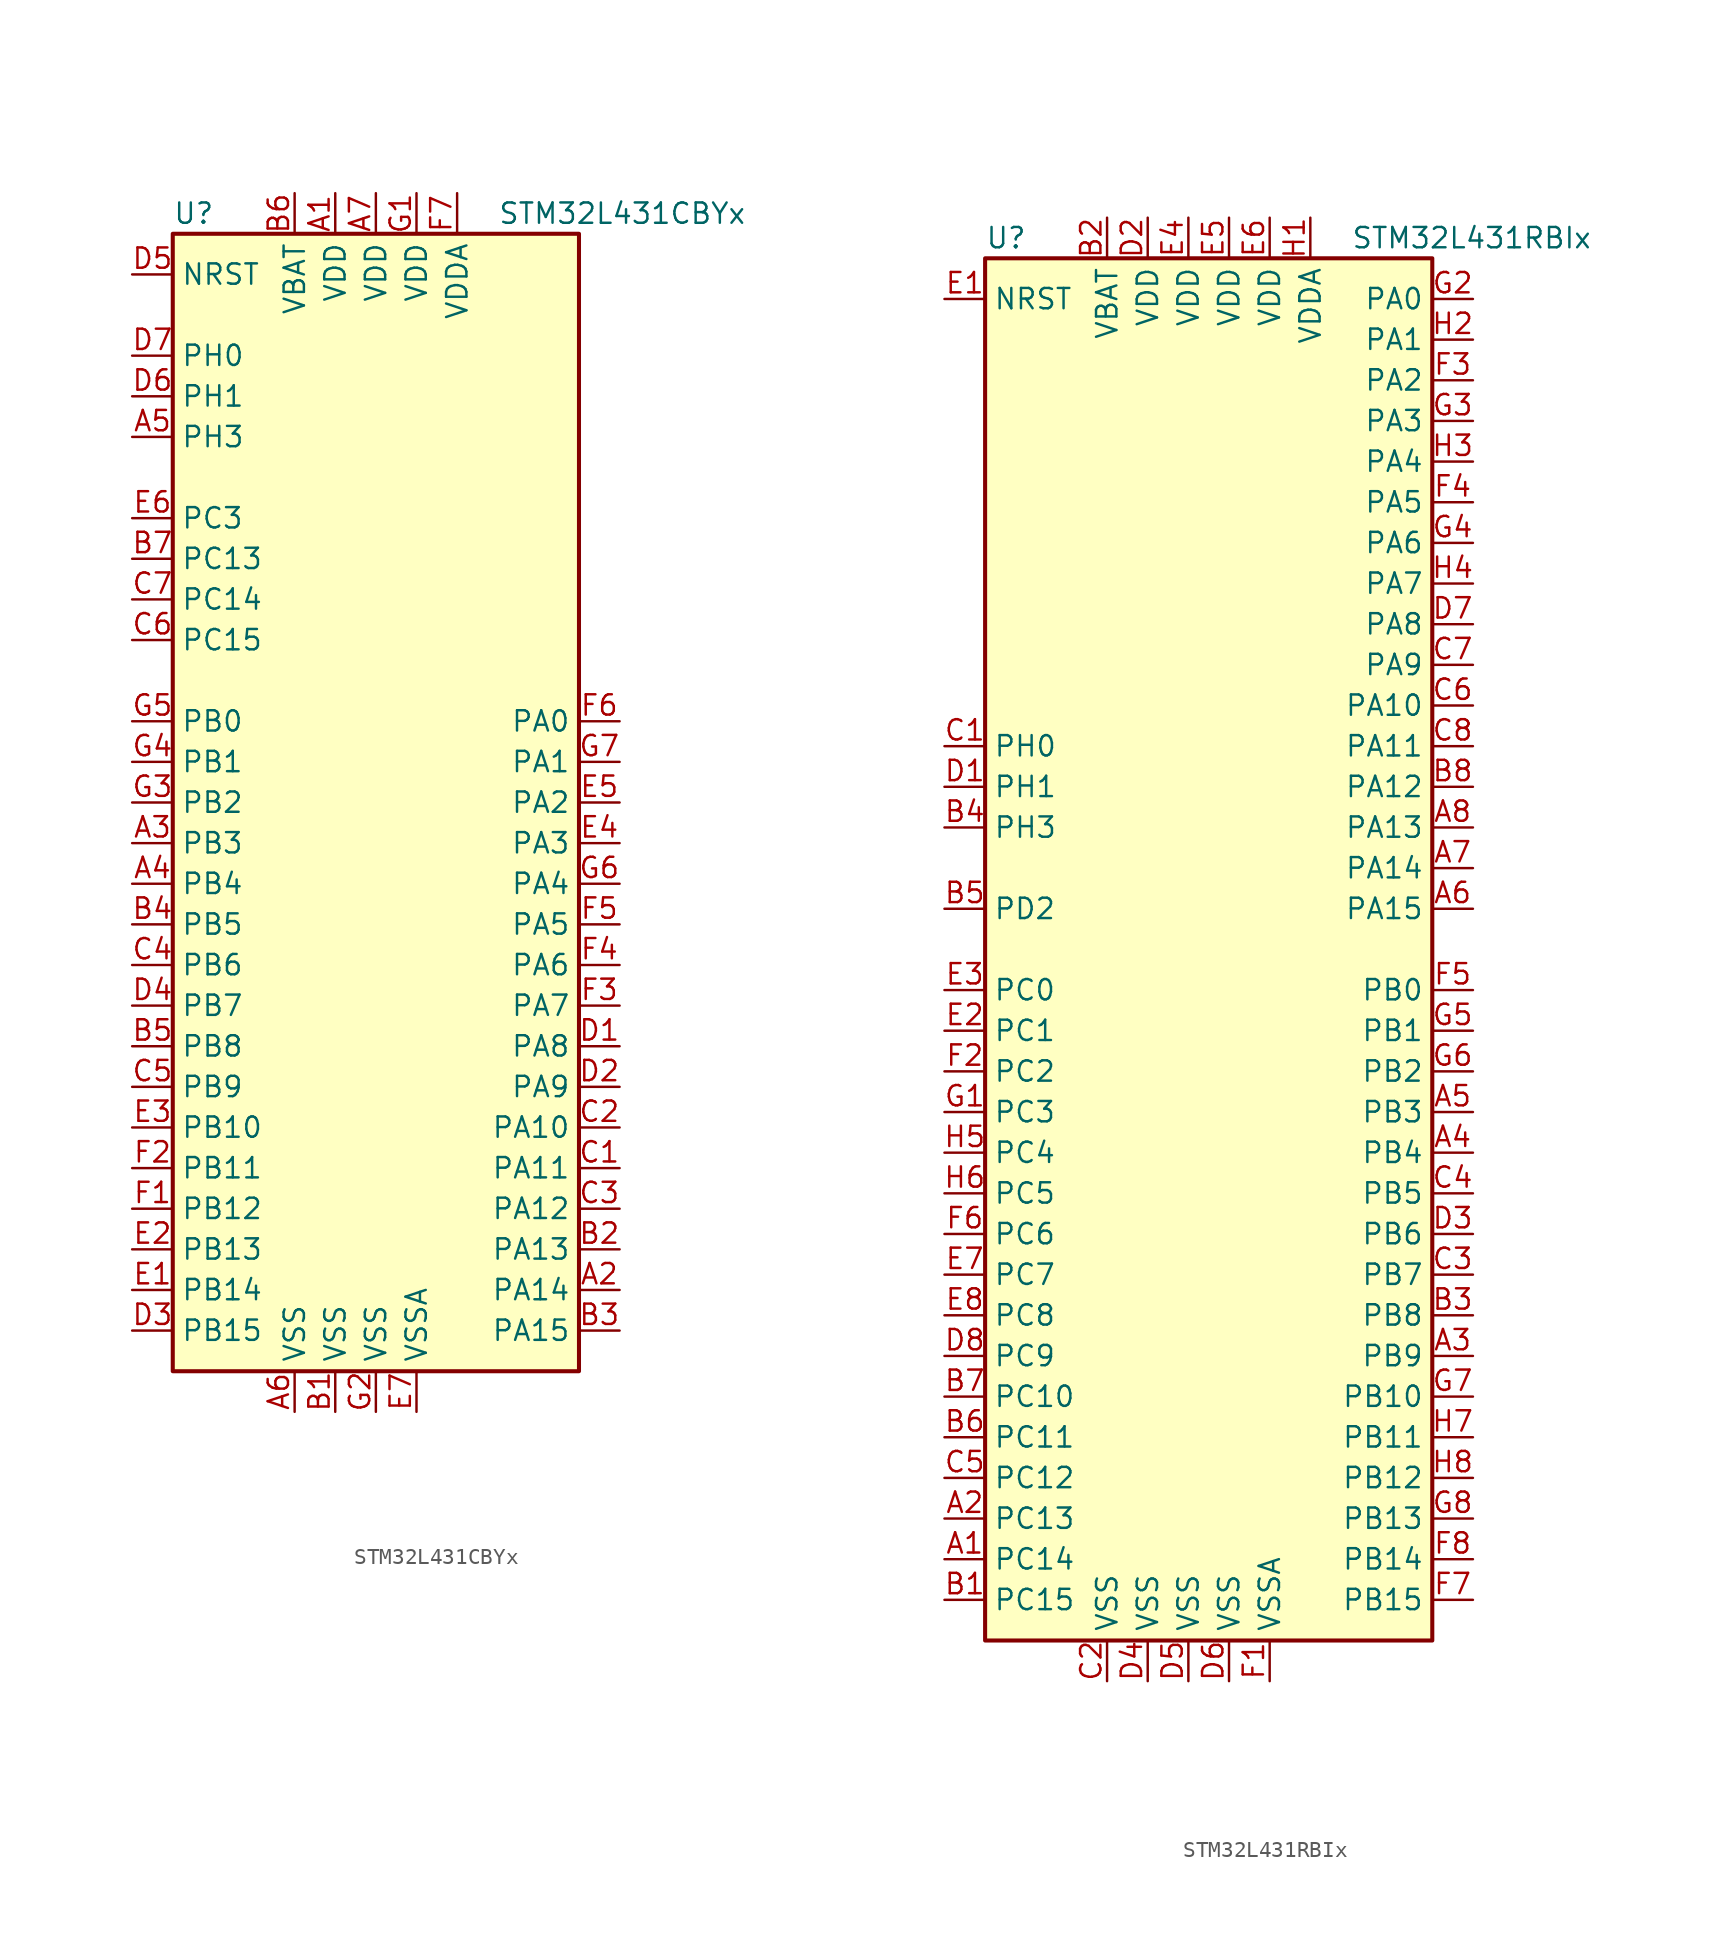
<source format=kicad_sym>
(kicad_symbol_lib
  (version 20220914)
  (generator kicad_symbol_editor)
  (symbol "STM32L431CBYx"
    (property "Reference" "U"
      (at -12.7 36.83 0)
      (effects (font (size 1.27 1.27)) (justify left)))
    (property "Value" "STM32L431CBYx"
      (at 7.62 36.83 0)
      (effects (font (size 1.27 1.27)) (justify left)))
    (symbol "STM32L431CBYx_0_1"
      (rectangle (start -12.7 -35.56) (end 12.7 35.56) (stroke (width 0.254) (type default)) (fill (type background))))
    (symbol "STM32L431CBYx_1_1"
      (pin power_in line (at -2.54 38.1 270) (length 2.54) (name "VDD" (effects (font (size 1.27 1.27)))) (number "A1" (effects (font (size 1.27 1.27)))))
      (pin bidirectional line (at 15.24 -30.48 180) (length 2.54) (name "PA14" (effects (font (size 1.27 1.27)))) (number "A2" (effects (font (size 1.27 1.27)))))
      (pin bidirectional line (at -15.24 -2.54 0) (length 2.54) (name "PB3" (effects (font (size 1.27 1.27)))) (number "A3" (effects (font (size 1.27 1.27)))))
      (pin bidirectional line (at -15.24 -5.08 0) (length 2.54) (name "PB4" (effects (font (size 1.27 1.27)))) (number "A4" (effects (font (size 1.27 1.27)))))
      (pin bidirectional line (at -15.24 22.86 0) (length 2.54) (name "PH3" (effects (font (size 1.27 1.27)))) (number "A5" (effects (font (size 1.27 1.27)))))
      (pin power_in line (at -5.08 -38.1 90) (length 2.54) (name "VSS" (effects (font (size 1.27 1.27)))) (number "A6" (effects (font (size 1.27 1.27)))))
      (pin power_in line (at 0 38.1 270) (length 2.54) (name "VDD" (effects (font (size 1.27 1.27)))) (number "A7" (effects (font (size 1.27 1.27)))))
      (pin power_in line (at -2.54 -38.1 90) (length 2.54) (name "VSS" (effects (font (size 1.27 1.27)))) (number "B1" (effects (font (size 1.27 1.27)))))
      (pin bidirectional line (at 15.24 -27.94 180) (length 2.54) (name "PA13" (effects (font (size 1.27 1.27)))) (number "B2" (effects (font (size 1.27 1.27)))))
      (pin bidirectional line (at 15.24 -33.02 180) (length 2.54) (name "PA15" (effects (font (size 1.27 1.27)))) (number "B3" (effects (font (size 1.27 1.27)))))
      (pin bidirectional line (at -15.24 -7.62 0) (length 2.54) (name "PB5" (effects (font (size 1.27 1.27)))) (number "B4" (effects (font (size 1.27 1.27)))))
      (pin bidirectional line (at -15.24 -15.24 0) (length 2.54) (name "PB8" (effects (font (size 1.27 1.27)))) (number "B5" (effects (font (size 1.27 1.27)))))
      (pin power_in line (at -5.08 38.1 270) (length 2.54) (name "VBAT" (effects (font (size 1.27 1.27)))) (number "B6" (effects (font (size 1.27 1.27)))))
      (pin bidirectional line (at -15.24 15.24 0) (length 2.54) (name "PC13" (effects (font (size 1.27 1.27)))) (number "B7" (effects (font (size 1.27 1.27)))))
      (pin bidirectional line (at 15.24 -22.86 180) (length 2.54) (name "PA11" (effects (font (size 1.27 1.27)))) (number "C1" (effects (font (size 1.27 1.27)))))
      (pin bidirectional line (at 15.24 -20.32 180) (length 2.54) (name "PA10" (effects (font (size 1.27 1.27)))) (number "C2" (effects (font (size 1.27 1.27)))))
      (pin bidirectional line (at 15.24 -25.4 180) (length 2.54) (name "PA12" (effects (font (size 1.27 1.27)))) (number "C3" (effects (font (size 1.27 1.27)))))
      (pin bidirectional line (at -15.24 -10.16 0) (length 2.54) (name "PB6" (effects (font (size 1.27 1.27)))) (number "C4" (effects (font (size 1.27 1.27)))))
      (pin bidirectional line (at -15.24 -17.78 0) (length 2.54) (name "PB9" (effects (font (size 1.27 1.27)))) (number "C5" (effects (font (size 1.27 1.27)))))
      (pin bidirectional line (at -15.24 10.16 0) (length 2.54) (name "PC15" (effects (font (size 1.27 1.27)))) (number "C6" (effects (font (size 1.27 1.27)))))
      (pin bidirectional line (at -15.24 12.7 0) (length 2.54) (name "PC14" (effects (font (size 1.27 1.27)))) (number "C7" (effects (font (size 1.27 1.27)))))
      (pin bidirectional line (at 15.24 -15.24 180) (length 2.54) (name "PA8" (effects (font (size 1.27 1.27)))) (number "D1" (effects (font (size 1.27 1.27)))))
      (pin bidirectional line (at 15.24 -17.78 180) (length 2.54) (name "PA9" (effects (font (size 1.27 1.27)))) (number "D2" (effects (font (size 1.27 1.27)))))
      (pin bidirectional line (at -15.24 -33.02 0) (length 2.54) (name "PB15" (effects (font (size 1.27 1.27)))) (number "D3" (effects (font (size 1.27 1.27)))))
      (pin bidirectional line (at -15.24 -12.7 0) (length 2.54) (name "PB7" (effects (font (size 1.27 1.27)))) (number "D4" (effects (font (size 1.27 1.27)))))
      (pin input line (at -15.24 33.02 0) (length 2.54) (name "NRST" (effects (font (size 1.27 1.27)))) (number "D5" (effects (font (size 1.27 1.27)))))
      (pin input line (at -15.24 25.4 0) (length 2.54) (name "PH1" (effects (font (size 1.27 1.27)))) (number "D6" (effects (font (size 1.27 1.27)))))
      (pin input line (at -15.24 27.94 0) (length 2.54) (name "PH0" (effects (font (size 1.27 1.27)))) (number "D7" (effects (font (size 1.27 1.27)))))
      (pin bidirectional line (at -15.24 -30.48 0) (length 2.54) (name "PB14" (effects (font (size 1.27 1.27)))) (number "E1" (effects (font (size 1.27 1.27)))))
      (pin bidirectional line (at -15.24 -27.94 0) (length 2.54) (name "PB13" (effects (font (size 1.27 1.27)))) (number "E2" (effects (font (size 1.27 1.27)))))
      (pin bidirectional line (at -15.24 -20.32 0) (length 2.54) (name "PB10" (effects (font (size 1.27 1.27)))) (number "E3" (effects (font (size 1.27 1.27)))))
      (pin bidirectional line (at 15.24 -2.54 180) (length 2.54) (name "PA3" (effects (font (size 1.27 1.27)))) (number "E4" (effects (font (size 1.27 1.27)))))
      (pin bidirectional line (at 15.24 0 180) (length 2.54) (name "PA2" (effects (font (size 1.27 1.27)))) (number "E5" (effects (font (size 1.27 1.27)))))
      (pin bidirectional line (at -15.24 17.78 0) (length 2.54) (name "PC3" (effects (font (size 1.27 1.27)))) (number "E6" (effects (font (size 1.27 1.27)))))
      (pin power_in line (at 2.54 -38.1 90) (length 2.54) (name "VSSA" (effects (font (size 1.27 1.27)))) (number "E7" (effects (font (size 1.27 1.27)))))
      (pin bidirectional line (at -15.24 -25.4 0) (length 2.54) (name "PB12" (effects (font (size 1.27 1.27)))) (number "F1" (effects (font (size 1.27 1.27)))))
      (pin bidirectional line (at -15.24 -22.86 0) (length 2.54) (name "PB11" (effects (font (size 1.27 1.27)))) (number "F2" (effects (font (size 1.27 1.27)))))
      (pin bidirectional line (at 15.24 -12.7 180) (length 2.54) (name "PA7" (effects (font (size 1.27 1.27)))) (number "F3" (effects (font (size 1.27 1.27)))))
      (pin bidirectional line (at 15.24 -10.16 180) (length 2.54) (name "PA6" (effects (font (size 1.27 1.27)))) (number "F4" (effects (font (size 1.27 1.27)))))
      (pin bidirectional line (at 15.24 -7.62 180) (length 2.54) (name "PA5" (effects (font (size 1.27 1.27)))) (number "F5" (effects (font (size 1.27 1.27)))))
      (pin bidirectional line (at 15.24 5.08 180) (length 2.54) (name "PA0" (effects (font (size 1.27 1.27)))) (number "F6" (effects (font (size 1.27 1.27)))))
      (pin power_in line (at 5.08 38.1 270) (length 2.54) (name "VDDA" (effects (font (size 1.27 1.27)))) (number "F7" (effects (font (size 1.27 1.27)))))
      (pin power_in line (at 2.54 38.1 270) (length 2.54) (name "VDD" (effects (font (size 1.27 1.27)))) (number "G1" (effects (font (size 1.27 1.27)))))
      (pin power_in line (at 0 -38.1 90) (length 2.54) (name "VSS" (effects (font (size 1.27 1.27)))) (number "G2" (effects (font (size 1.27 1.27)))))
      (pin bidirectional line (at -15.24 0 0) (length 2.54) (name "PB2" (effects (font (size 1.27 1.27)))) (number "G3" (effects (font (size 1.27 1.27)))))
      (pin bidirectional line (at -15.24 2.54 0) (length 2.54) (name "PB1" (effects (font (size 1.27 1.27)))) (number "G4" (effects (font (size 1.27 1.27)))))
      (pin bidirectional line (at -15.24 5.08 0) (length 2.54) (name "PB0" (effects (font (size 1.27 1.27)))) (number "G5" (effects (font (size 1.27 1.27)))))
      (pin bidirectional line (at 15.24 -5.08 180) (length 2.54) (name "PA4" (effects (font (size 1.27 1.27)))) (number "G6" (effects (font (size 1.27 1.27)))))
      (pin bidirectional line (at 15.24 2.54 180) (length 2.54) (name "PA1" (effects (font (size 1.27 1.27)))) (number "G7" (effects (font (size 1.27 1.27)))))))
  (symbol "STM32L431RBIx"
    (property "Reference" "U"
      (at -15.24 44.45 0)
      (effects (font (size 1.27 1.27)) (justify left)))
    (property "Value" "STM32L431RBIx"
      (at 7.62 44.45 0)
      (effects (font (size 1.27 1.27)) (justify left)))
    (symbol "STM32L431RBIx_0_1"
      (rectangle (start -15.24 -43.18) (end 12.7 43.18) (stroke (width 0.254) (type default)) (fill (type background))))
    (symbol "STM32L431RBIx_1_1"
      (pin bidirectional line (at -17.78 -38.1 0) (length 2.54) (name "PC14" (effects (font (size 1.27 1.27)))) (number "A1" (effects (font (size 1.27 1.27)))))
      (pin bidirectional line (at -17.78 -35.56 0) (length 2.54) (name "PC13" (effects (font (size 1.27 1.27)))) (number "A2" (effects (font (size 1.27 1.27)))))
      (pin bidirectional line (at 15.24 -25.4 180) (length 2.54) (name "PB9" (effects (font (size 1.27 1.27)))) (number "A3" (effects (font (size 1.27 1.27)))))
      (pin bidirectional line (at 15.24 -12.7 180) (length 2.54) (name "PB4" (effects (font (size 1.27 1.27)))) (number "A4" (effects (font (size 1.27 1.27)))))
      (pin bidirectional line (at 15.24 -10.16 180) (length 2.54) (name "PB3" (effects (font (size 1.27 1.27)))) (number "A5" (effects (font (size 1.27 1.27)))))
      (pin bidirectional line (at 15.24 2.54 180) (length 2.54) (name "PA15" (effects (font (size 1.27 1.27)))) (number "A6" (effects (font (size 1.27 1.27)))))
      (pin bidirectional line (at 15.24 5.08 180) (length 2.54) (name "PA14" (effects (font (size 1.27 1.27)))) (number "A7" (effects (font (size 1.27 1.27)))))
      (pin bidirectional line (at 15.24 7.62 180) (length 2.54) (name "PA13" (effects (font (size 1.27 1.27)))) (number "A8" (effects (font (size 1.27 1.27)))))
      (pin bidirectional line (at -17.78 -40.64 0) (length 2.54) (name "PC15" (effects (font (size 1.27 1.27)))) (number "B1" (effects (font (size 1.27 1.27)))))
      (pin power_in line (at -7.62 45.72 270) (length 2.54) (name "VBAT" (effects (font (size 1.27 1.27)))) (number "B2" (effects (font (size 1.27 1.27)))))
      (pin bidirectional line (at 15.24 -22.86 180) (length 2.54) (name "PB8" (effects (font (size 1.27 1.27)))) (number "B3" (effects (font (size 1.27 1.27)))))
      (pin bidirectional line (at -17.78 7.62 0) (length 2.54) (name "PH3" (effects (font (size 1.27 1.27)))) (number "B4" (effects (font (size 1.27 1.27)))))
      (pin bidirectional line (at -17.78 2.54 0) (length 2.54) (name "PD2" (effects (font (size 1.27 1.27)))) (number "B5" (effects (font (size 1.27 1.27)))))
      (pin bidirectional line (at -17.78 -30.48 0) (length 2.54) (name "PC11" (effects (font (size 1.27 1.27)))) (number "B6" (effects (font (size 1.27 1.27)))))
      (pin bidirectional line (at -17.78 -27.94 0) (length 2.54) (name "PC10" (effects (font (size 1.27 1.27)))) (number "B7" (effects (font (size 1.27 1.27)))))
      (pin bidirectional line (at 15.24 10.16 180) (length 2.54) (name "PA12" (effects (font (size 1.27 1.27)))) (number "B8" (effects (font (size 1.27 1.27)))))
      (pin input line (at -17.78 12.7 0) (length 2.54) (name "PH0" (effects (font (size 1.27 1.27)))) (number "C1" (effects (font (size 1.27 1.27)))))
      (pin power_in line (at -7.62 -45.72 90) (length 2.54) (name "VSS" (effects (font (size 1.27 1.27)))) (number "C2" (effects (font (size 1.27 1.27)))))
      (pin bidirectional line (at 15.24 -20.32 180) (length 2.54) (name "PB7" (effects (font (size 1.27 1.27)))) (number "C3" (effects (font (size 1.27 1.27)))))
      (pin bidirectional line (at 15.24 -15.24 180) (length 2.54) (name "PB5" (effects (font (size 1.27 1.27)))) (number "C4" (effects (font (size 1.27 1.27)))))
      (pin bidirectional line (at -17.78 -33.02 0) (length 2.54) (name "PC12" (effects (font (size 1.27 1.27)))) (number "C5" (effects (font (size 1.27 1.27)))))
      (pin bidirectional line (at 15.24 15.24 180) (length 2.54) (name "PA10" (effects (font (size 1.27 1.27)))) (number "C6" (effects (font (size 1.27 1.27)))))
      (pin bidirectional line (at 15.24 17.78 180) (length 2.54) (name "PA9" (effects (font (size 1.27 1.27)))) (number "C7" (effects (font (size 1.27 1.27)))))
      (pin bidirectional line (at 15.24 12.7 180) (length 2.54) (name "PA11" (effects (font (size 1.27 1.27)))) (number "C8" (effects (font (size 1.27 1.27)))))
      (pin input line (at -17.78 10.16 0) (length 2.54) (name "PH1" (effects (font (size 1.27 1.27)))) (number "D1" (effects (font (size 1.27 1.27)))))
      (pin power_in line (at -5.08 45.72 270) (length 2.54) (name "VDD" (effects (font (size 1.27 1.27)))) (number "D2" (effects (font (size 1.27 1.27)))))
      (pin bidirectional line (at 15.24 -17.78 180) (length 2.54) (name "PB6" (effects (font (size 1.27 1.27)))) (number "D3" (effects (font (size 1.27 1.27)))))
      (pin power_in line (at -5.08 -45.72 90) (length 2.54) (name "VSS" (effects (font (size 1.27 1.27)))) (number "D4" (effects (font (size 1.27 1.27)))))
      (pin power_in line (at -2.54 -45.72 90) (length 2.54) (name "VSS" (effects (font (size 1.27 1.27)))) (number "D5" (effects (font (size 1.27 1.27)))))
      (pin power_in line (at 0 -45.72 90) (length 2.54) (name "VSS" (effects (font (size 1.27 1.27)))) (number "D6" (effects (font (size 1.27 1.27)))))
      (pin bidirectional line (at 15.24 20.32 180) (length 2.54) (name "PA8" (effects (font (size 1.27 1.27)))) (number "D7" (effects (font (size 1.27 1.27)))))
      (pin bidirectional line (at -17.78 -25.4 0) (length 2.54) (name "PC9" (effects (font (size 1.27 1.27)))) (number "D8" (effects (font (size 1.27 1.27)))))
      (pin input line (at -17.78 40.64 0) (length 2.54) (name "NRST" (effects (font (size 1.27 1.27)))) (number "E1" (effects (font (size 1.27 1.27)))))
      (pin bidirectional line (at -17.78 -5.08 0) (length 2.54) (name "PC1" (effects (font (size 1.27 1.27)))) (number "E2" (effects (font (size 1.27 1.27)))))
      (pin bidirectional line (at -17.78 -2.54 0) (length 2.54) (name "PC0" (effects (font (size 1.27 1.27)))) (number "E3" (effects (font (size 1.27 1.27)))))
      (pin power_in line (at -2.54 45.72 270) (length 2.54) (name "VDD" (effects (font (size 1.27 1.27)))) (number "E4" (effects (font (size 1.27 1.27)))))
      (pin power_in line (at 0 45.72 270) (length 2.54) (name "VDD" (effects (font (size 1.27 1.27)))) (number "E5" (effects (font (size 1.27 1.27)))))
      (pin power_in line (at 2.54 45.72 270) (length 2.54) (name "VDD" (effects (font (size 1.27 1.27)))) (number "E6" (effects (font (size 1.27 1.27)))))
      (pin bidirectional line (at -17.78 -20.32 0) (length 2.54) (name "PC7" (effects (font (size 1.27 1.27)))) (number "E7" (effects (font (size 1.27 1.27)))))
      (pin bidirectional line (at -17.78 -22.86 0) (length 2.54) (name "PC8" (effects (font (size 1.27 1.27)))) (number "E8" (effects (font (size 1.27 1.27)))))
      (pin power_in line (at 2.54 -45.72 90) (length 2.54) (name "VSSA" (effects (font (size 1.27 1.27)))) (number "F1" (effects (font (size 1.27 1.27)))))
      (pin bidirectional line (at -17.78 -7.62 0) (length 2.54) (name "PC2" (effects (font (size 1.27 1.27)))) (number "F2" (effects (font (size 1.27 1.27)))))
      (pin bidirectional line (at 15.24 35.56 180) (length 2.54) (name "PA2" (effects (font (size 1.27 1.27)))) (number "F3" (effects (font (size 1.27 1.27)))))
      (pin bidirectional line (at 15.24 27.94 180) (length 2.54) (name "PA5" (effects (font (size 1.27 1.27)))) (number "F4" (effects (font (size 1.27 1.27)))))
      (pin bidirectional line (at 15.24 -2.54 180) (length 2.54) (name "PB0" (effects (font (size 1.27 1.27)))) (number "F5" (effects (font (size 1.27 1.27)))))
      (pin bidirectional line (at -17.78 -17.78 0) (length 2.54) (name "PC6" (effects (font (size 1.27 1.27)))) (number "F6" (effects (font (size 1.27 1.27)))))
      (pin bidirectional line (at 15.24 -40.64 180) (length 2.54) (name "PB15" (effects (font (size 1.27 1.27)))) (number "F7" (effects (font (size 1.27 1.27)))))
      (pin bidirectional line (at 15.24 -38.1 180) (length 2.54) (name "PB14" (effects (font (size 1.27 1.27)))) (number "F8" (effects (font (size 1.27 1.27)))))
      (pin bidirectional line (at -17.78 -10.16 0) (length 2.54) (name "PC3" (effects (font (size 1.27 1.27)))) (number "G1" (effects (font (size 1.27 1.27)))))
      (pin bidirectional line (at 15.24 40.64 180) (length 2.54) (name "PA0" (effects (font (size 1.27 1.27)))) (number "G2" (effects (font (size 1.27 1.27)))))
      (pin bidirectional line (at 15.24 33.02 180) (length 2.54) (name "PA3" (effects (font (size 1.27 1.27)))) (number "G3" (effects (font (size 1.27 1.27)))))
      (pin bidirectional line (at 15.24 25.4 180) (length 2.54) (name "PA6" (effects (font (size 1.27 1.27)))) (number "G4" (effects (font (size 1.27 1.27)))))
      (pin bidirectional line (at 15.24 -5.08 180) (length 2.54) (name "PB1" (effects (font (size 1.27 1.27)))) (number "G5" (effects (font (size 1.27 1.27)))))
      (pin bidirectional line (at 15.24 -7.62 180) (length 2.54) (name "PB2" (effects (font (size 1.27 1.27)))) (number "G6" (effects (font (size 1.27 1.27)))))
      (pin bidirectional line (at 15.24 -27.94 180) (length 2.54) (name "PB10" (effects (font (size 1.27 1.27)))) (number "G7" (effects (font (size 1.27 1.27)))))
      (pin bidirectional line (at 15.24 -35.56 180) (length 2.54) (name "PB13" (effects (font (size 1.27 1.27)))) (number "G8" (effects (font (size 1.27 1.27)))))
      (pin power_in line (at 5.08 45.72 270) (length 2.54) (name "VDDA" (effects (font (size 1.27 1.27)))) (number "H1" (effects (font (size 1.27 1.27)))))
      (pin bidirectional line (at 15.24 38.1 180) (length 2.54) (name "PA1" (effects (font (size 1.27 1.27)))) (number "H2" (effects (font (size 1.27 1.27)))))
      (pin bidirectional line (at 15.24 30.48 180) (length 2.54) (name "PA4" (effects (font (size 1.27 1.27)))) (number "H3" (effects (font (size 1.27 1.27)))))
      (pin bidirectional line (at 15.24 22.86 180) (length 2.54) (name "PA7" (effects (font (size 1.27 1.27)))) (number "H4" (effects (font (size 1.27 1.27)))))
      (pin bidirectional line (at -17.78 -12.7 0) (length 2.54) (name "PC4" (effects (font (size 1.27 1.27)))) (number "H5" (effects (font (size 1.27 1.27)))))
      (pin bidirectional line (at -17.78 -15.24 0) (length 2.54) (name "PC5" (effects (font (size 1.27 1.27)))) (number "H6" (effects (font (size 1.27 1.27)))))
      (pin bidirectional line (at 15.24 -30.48 180) (length 2.54) (name "PB11" (effects (font (size 1.27 1.27)))) (number "H7" (effects (font (size 1.27 1.27)))))
      (pin bidirectional line (at 15.24 -33.02 180) (length 2.54) (name "PB12" (effects (font (size 1.27 1.27)))) (number "H8" (effects (font (size 1.27 1.27))))))))
</source>
